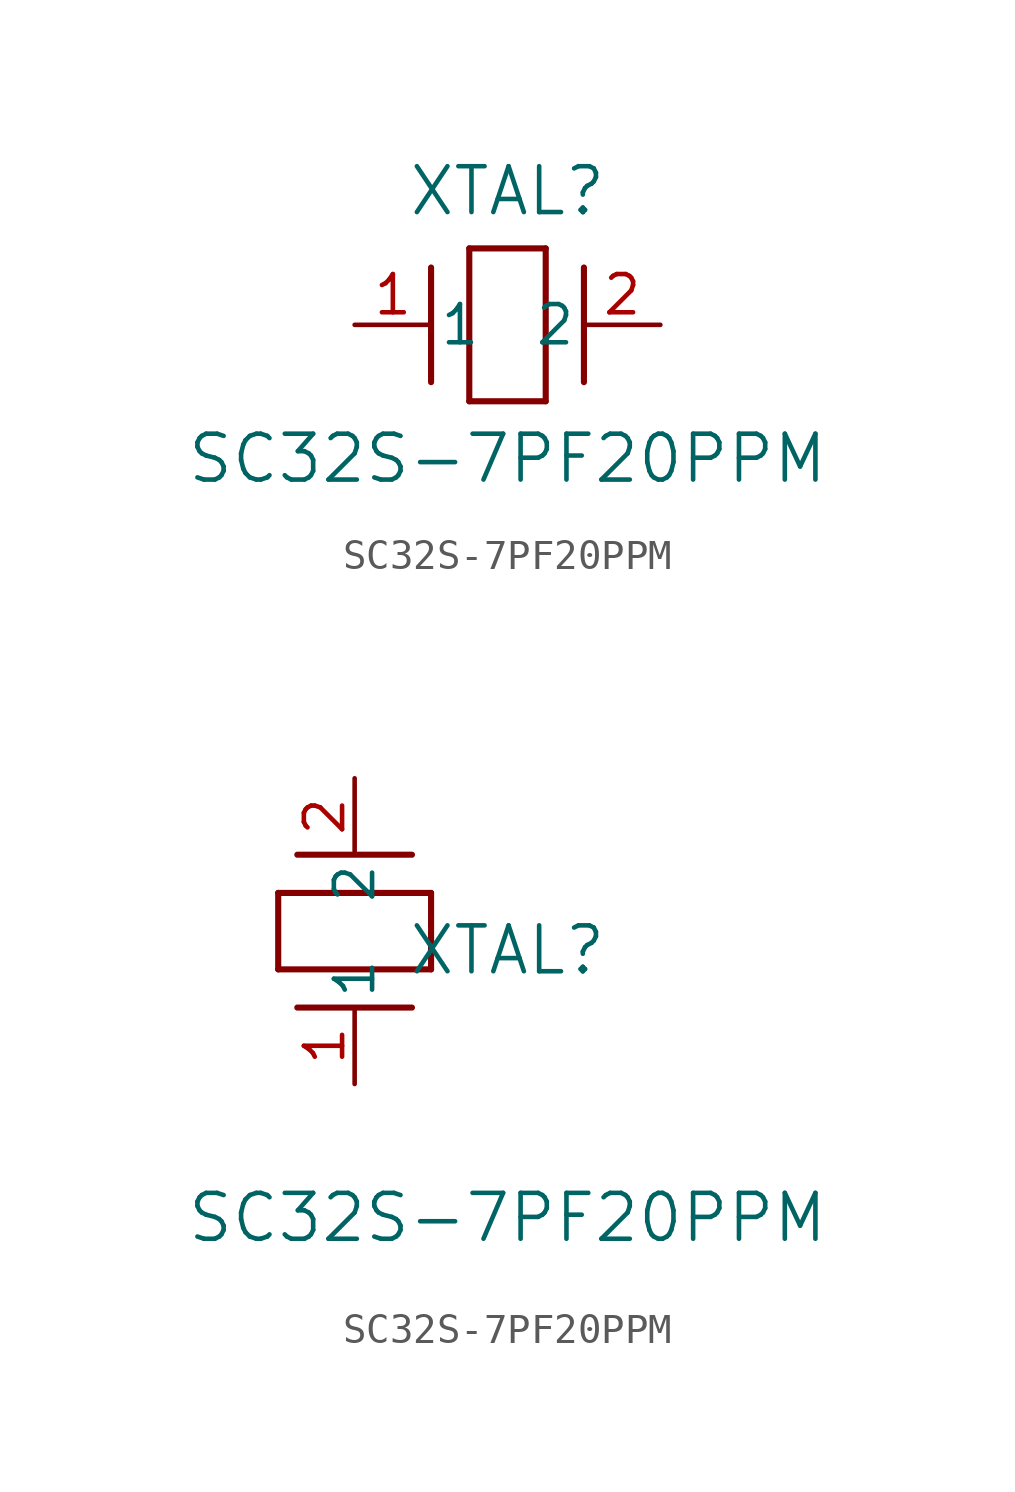
<source format=kicad_sym>
(kicad_symbol_lib
  (version 20231120)
  (generator "kicad_symbol_editor")
  (generator_version "8.0")
  (symbol "SC32S-7PF20PPM"
    (pin_names
      (offset 0.254))
    (property "Reference" "XTAL"
      (at 5.08 4.445 0)
      (effects (font (size 1.524 1.524))))
    (property "Value" "SC32S-7PF20PPM"
      (at 5.08 -4.445 0)
      (effects (font (size 1.524 1.524))))
    (property "ki_locked" ""
      (at 0 0 0)
      (effects (font (size 1.27 1.27))))
    (symbol "SC32S-7PF20PPM_1_1"
      (polyline (pts (xy 2.54 -1.905) (xy 2.54 1.905)) (stroke (width 0.203) (type default)) (fill (type none)))
      (polyline (pts (xy 3.81 -2.54) (xy 3.81 2.54)) (stroke (width 0.203) (type default)) (fill (type none)))
      (polyline (pts (xy 3.81 2.54) (xy 6.35 2.54)) (stroke (width 0.203) (type default)) (fill (type none)))
      (polyline (pts (xy 6.35 -2.54) (xy 3.81 -2.54)) (stroke (width 0.203) (type default)) (fill (type none)))
      (polyline (pts (xy 6.35 2.54) (xy 6.35 -2.54)) (stroke (width 0.203) (type default)) (fill (type none)))
      (polyline (pts (xy 7.62 -1.905) (xy 7.62 1.905)) (stroke (width 0.203) (type default)) (fill (type none)))
      (pin unspecified line (at 0 0 0) (length 2.54) (name "1" (effects (font (size 1.27 1.27)))) (number "1" (effects (font (size 1.27 1.27)))))
      (pin unspecified line (at 10.16 0 180) (length 2.54) (name "2" (effects (font (size 1.27 1.27)))) (number "2" (effects (font (size 1.27 1.27))))))
    (symbol "SC32S-7PF20PPM_1_2"
      (polyline (pts (xy -2.54 3.81) (xy -2.54 6.35)) (stroke (width 0.203) (type default)) (fill (type none)))
      (polyline (pts (xy -2.54 6.35) (xy 2.54 6.35)) (stroke (width 0.203) (type default)) (fill (type none)))
      (polyline (pts (xy 1.905 2.54) (xy -1.905 2.54)) (stroke (width 0.203) (type default)) (fill (type none)))
      (polyline (pts (xy 1.905 7.62) (xy -1.905 7.62)) (stroke (width 0.203) (type default)) (fill (type none)))
      (polyline (pts (xy 2.54 3.81) (xy -2.54 3.81)) (stroke (width 0.203) (type default)) (fill (type none)))
      (polyline (pts (xy 2.54 6.35) (xy 2.54 3.81)) (stroke (width 0.203) (type default)) (fill (type none)))
      (pin unspecified line (at 0 0 90) (length 2.54) (name "1" (effects (font (size 1.27 1.27)))) (number "1" (effects (font (size 1.27 1.27)))))
      (pin unspecified line (at 0 10.16 270) (length 2.54) (name "2" (effects (font (size 1.27 1.27)))) (number "2" (effects (font (size 1.27 1.27))))))))
</source>
